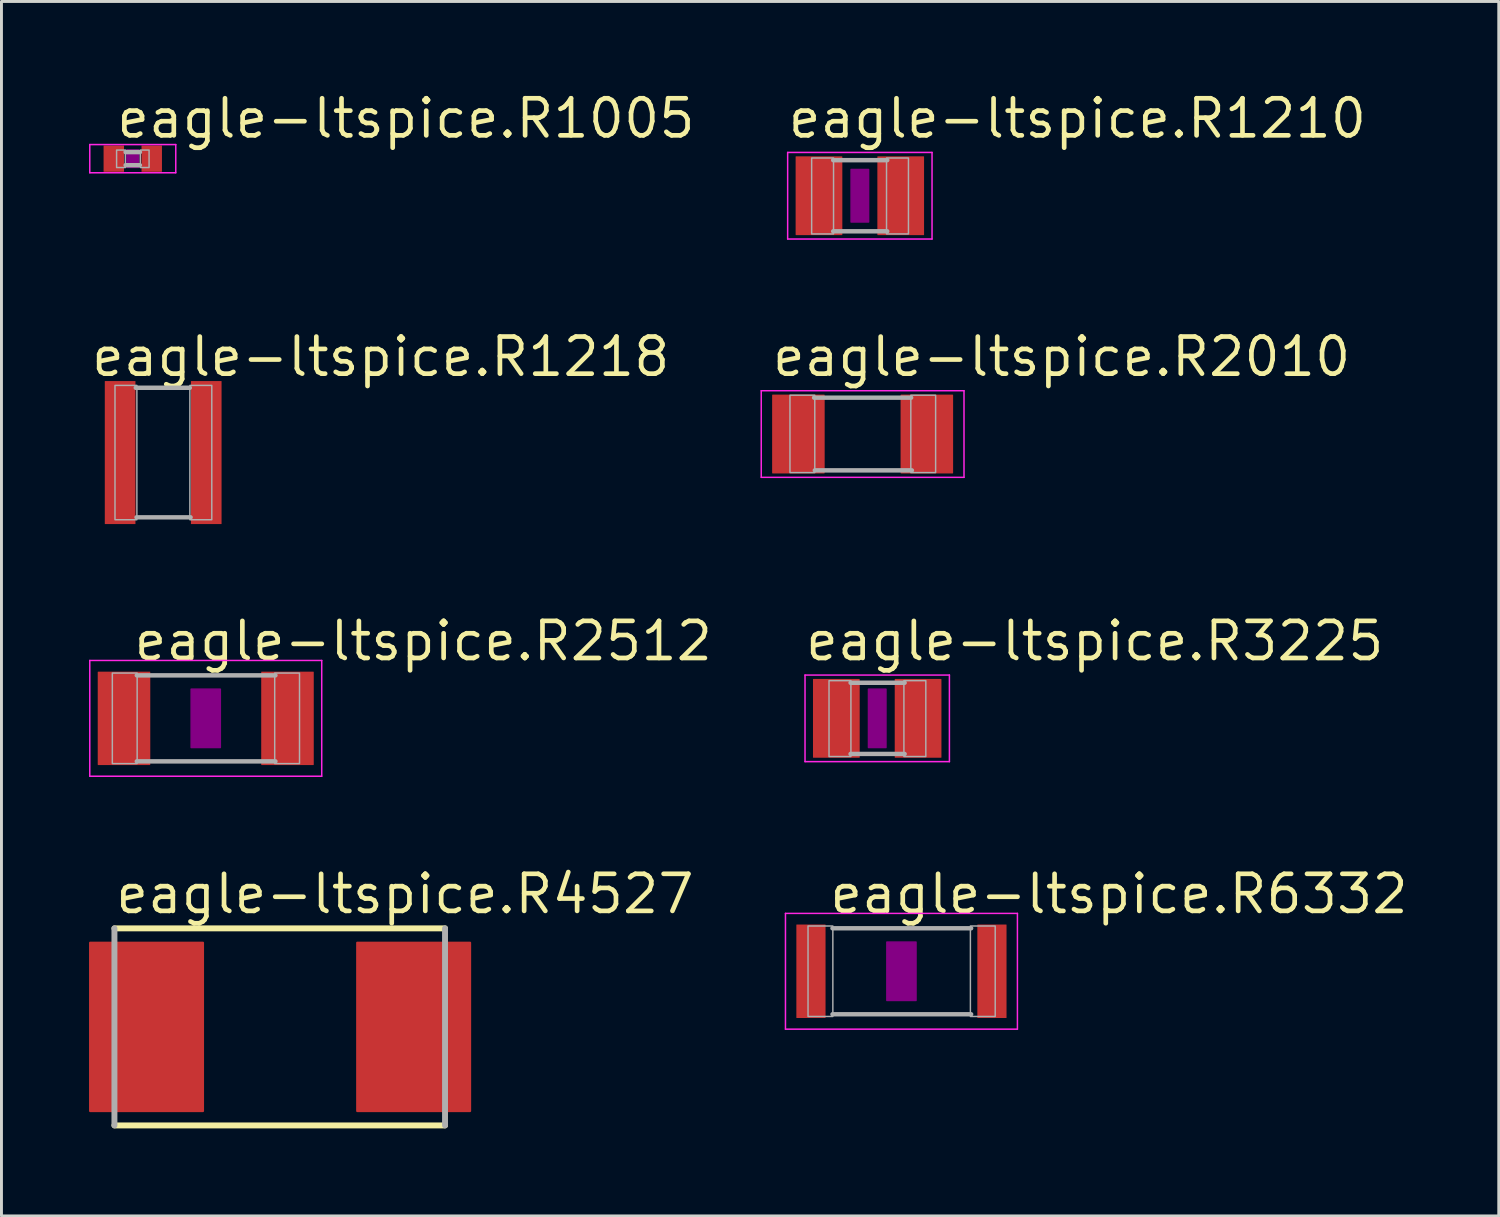
<source format=kicad_pcb>
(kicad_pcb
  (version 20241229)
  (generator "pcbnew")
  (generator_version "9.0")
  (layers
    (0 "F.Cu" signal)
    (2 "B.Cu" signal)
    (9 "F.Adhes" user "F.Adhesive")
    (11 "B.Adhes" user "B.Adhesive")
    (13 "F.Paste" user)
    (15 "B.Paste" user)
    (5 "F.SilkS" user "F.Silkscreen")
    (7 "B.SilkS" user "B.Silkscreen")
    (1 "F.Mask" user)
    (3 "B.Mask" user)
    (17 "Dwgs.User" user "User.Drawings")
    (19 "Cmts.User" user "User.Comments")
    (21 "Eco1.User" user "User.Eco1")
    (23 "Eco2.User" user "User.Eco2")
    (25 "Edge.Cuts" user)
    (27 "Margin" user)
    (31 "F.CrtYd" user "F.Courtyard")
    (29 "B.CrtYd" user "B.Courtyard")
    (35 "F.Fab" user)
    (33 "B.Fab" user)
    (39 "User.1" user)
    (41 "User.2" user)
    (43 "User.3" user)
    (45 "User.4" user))
  (footprint "eagle-ltspice.R6332"
    (layer "F.Cu")
    (at 27.83 30.222)
    (property "Reference" "eagle-ltspice.R6332" (at -2.54 -1.905 0) (layer "F.SilkS") (effects (font (size 1.27 1.27) (thickness 0.16)) (justify left bottom)))
    (attr smd)
    (fp_rect (start -0.5 1) (end 0.5 -1) (stroke (width 0.05) (type default)) (fill yes) (layer "F.Adhes"))
    (fp_line (start -3.973 -1.983) (end 3.973 -1.983) (stroke (width 0.051) (type default)) (layer "F.CrtYd"))
    (fp_line (start -3.973 1.983) (end -3.973 -1.983) (stroke (width 0.051) (type default)) (layer "F.CrtYd"))
    (fp_line (start 3.973 -1.983) (end 3.973 1.983) (stroke (width 0.051) (type default)) (layer "F.CrtYd"))
    (fp_line (start 3.973 1.983) (end -3.973 1.983) (stroke (width 0.051) (type default)) (layer "F.CrtYd"))
    (fp_line (start -2.362 -1.473) (end 2.387 -1.473) (stroke (width 0.152) (type default)) (layer "F.Fab"))
    (fp_line (start -2.362 1.473) (end 2.387 1.473) (stroke (width 0.152) (type default)) (layer "F.Fab"))
    (fp_rect (start -3.2 1.549) (end -2.35 -1.551) (stroke (width 0.05) (type default)) (fill no) (layer "F.Fab"))
    (fp_rect (start 2.362 1.549) (end 3.212 -1.551) (stroke (width 0.05) (type default)) (fill no) (layer "F.Fab"))
    (pad "1" smd roundrect (at -3.1 0) (size 1 3.2) (layers "F.Cu" "F.Mask" "F.Paste") (roundrect_rratio 0.01))
    (pad "2" smd roundrect (at 3.1 0) (size 1 3.2) (layers "F.Cu" "F.Mask" "F.Paste") (roundrect_rratio 0.01)))
  (footprint "eagle-ltspice.R2512"
    (layer "F.Cu")
    (at 3.998 21.558)
    (property "Reference" "eagle-ltspice.R2512" (at -2.54 -1.905 0) (layer "F.SilkS") (effects (font (size 1.27 1.27) (thickness 0.16)) (justify left bottom)))
    (attr smd)
    (fp_rect (start -0.5 1) (end 0.5 -1) (stroke (width 0.05) (type default)) (fill yes) (layer "F.Adhes"))
    (fp_line (start -3.973 -1.983) (end 3.973 -1.983) (stroke (width 0.051) (type default)) (layer "F.CrtYd"))
    (fp_line (start -3.973 1.983) (end -3.973 -1.983) (stroke (width 0.051) (type default)) (layer "F.CrtYd"))
    (fp_line (start 3.973 -1.983) (end 3.973 1.983) (stroke (width 0.051) (type default)) (layer "F.CrtYd"))
    (fp_line (start 3.973 1.983) (end -3.973 1.983) (stroke (width 0.051) (type default)) (layer "F.CrtYd"))
    (fp_line (start -2.362 -1.473) (end 2.387 -1.473) (stroke (width 0.152) (type default)) (layer "F.Fab"))
    (fp_line (start -2.362 1.473) (end 2.387 1.473) (stroke (width 0.152) (type default)) (layer "F.Fab"))
    (fp_rect (start -3.2 1.549) (end -2.35 -1.551) (stroke (width 0.05) (type default)) (fill no) (layer "F.Fab"))
    (fp_rect (start 2.362 1.549) (end 3.212 -1.551) (stroke (width 0.05) (type default)) (fill no) (layer "F.Fab"))
    (pad "1" smd roundrect (at -2.8 0) (size 1.8 3.2) (layers "F.Cu" "F.Mask" "F.Paste") (roundrect_rratio 0.01))
    (pad "2" smd roundrect (at 2.8 0) (size 1.8 3.2) (layers "F.Cu" "F.Mask" "F.Paste") (roundrect_rratio 0.01)))
  (footprint "eagle-ltspice.R4527"
    (layer "F.Cu")
    (at 6.545 32.127)
    (property "Reference" "eagle-ltspice.R4527" (at -5.715 -3.81 0) (layer "F.SilkS") (effects (font (size 1.27 1.27) (thickness 0.16)) (justify left bottom)))
    (attr smd)
    (fp_line (start -5.675 3.375) (end 5.65 3.375) (stroke (width 0.203) (type default)) (layer "F.SilkS"))
    (fp_line (start 5.65 -3.375) (end -5.675 -3.375) (stroke (width 0.203) (type default)) (layer "F.SilkS"))
    (fp_line (start -5.675 -3.375) (end -5.675 3.375) (stroke (width 0.203) (type default)) (layer "F.Fab"))
    (fp_line (start 5.65 3.375) (end 5.65 -3.375) (stroke (width 0.203) (type default)) (layer "F.Fab"))
    (pad "1" smd roundrect (at -4.575 0) (size 3.94 5.84) (layers "F.Cu" "F.Mask" "F.Paste") (roundrect_rratio 0.01))
    (pad "2" smd roundrect (at 4.575 0) (size 3.94 5.84) (layers "F.Cu" "F.Mask" "F.Paste") (roundrect_rratio 0.01)))
  (footprint "eagle-ltspice.R1005"
    (layer "F.Cu")
    (at 1.498 2.385)
    (property "Reference" "eagle-ltspice.R1005" (at -0.635 -0.635 0) (layer "F.SilkS") (effects (font (size 1.27 1.27) (thickness 0.16)) (justify left bottom)))
    (attr smd)
    (fp_rect (start -0.2 0.3) (end 0.2 -0.3) (stroke (width 0.05) (type default)) (fill yes) (layer "F.Adhes"))
    (fp_line (start -1.473 -0.483) (end 1.473 -0.483) (stroke (width 0.051) (type default)) (layer "F.CrtYd"))
    (fp_line (start -1.473 0.483) (end -1.473 -0.483) (stroke (width 0.051) (type default)) (layer "F.CrtYd"))
    (fp_line (start 1.473 -0.483) (end 1.473 0.483) (stroke (width 0.051) (type default)) (layer "F.CrtYd"))
    (fp_line (start 1.473 0.483) (end -1.473 0.483) (stroke (width 0.051) (type default)) (layer "F.CrtYd"))
    (fp_line (start -0.245 -0.224) (end 0.245 -0.224) (stroke (width 0.152) (type default)) (layer "F.Fab"))
    (fp_line (start 0.245 0.224) (end -0.245 0.224) (stroke (width 0.152) (type default)) (layer "F.Fab"))
    (fp_rect (start -0.554 0.305) (end -0.254 -0.295) (stroke (width 0.05) (type default)) (fill no) (layer "F.Fab"))
    (fp_rect (start 0.259 0.305) (end 0.559 -0.295) (stroke (width 0.05) (type default)) (fill no) (layer "F.Fab"))
    (pad "1" smd roundrect (at -0.65 0) (size 0.7 0.9) (layers "F.Cu" "F.Mask" "F.Paste") (roundrect_rratio 0.01))
    (pad "2" smd roundrect (at 0.65 0) (size 0.7 0.9) (layers "F.Cu" "F.Mask" "F.Paste") (roundrect_rratio 0.01)))
  (footprint "eagle-ltspice.R1210"
    (layer "F.Cu")
    (at 26.405 3.655)
    (property "Reference" "eagle-ltspice.R1210" (at -2.54 -1.905 0) (layer "F.SilkS") (effects (font (size 1.27 1.27) (thickness 0.16)) (justify left bottom)))
    (attr smd)
    (fp_rect (start -0.3 0.9) (end 0.3 -0.9) (stroke (width 0.05) (type default)) (fill yes) (layer "F.Adhes"))
    (fp_line (start -2.473 -1.483) (end 2.473 -1.483) (stroke (width 0.051) (type default)) (layer "F.CrtYd"))
    (fp_line (start -2.473 1.483) (end -2.473 -1.483) (stroke (width 0.051) (type default)) (layer "F.CrtYd"))
    (fp_line (start 2.473 -1.483) (end 2.473 1.483) (stroke (width 0.051) (type default)) (layer "F.CrtYd"))
    (fp_line (start 2.473 1.483) (end -2.473 1.483) (stroke (width 0.051) (type default)) (layer "F.CrtYd"))
    (fp_line (start -0.913 -1.219) (end 0.939 -1.219) (stroke (width 0.152) (type default)) (layer "F.Fab"))
    (fp_line (start -0.913 1.219) (end 0.939 1.219) (stroke (width 0.152) (type default)) (layer "F.Fab"))
    (fp_rect (start -1.651 1.308) (end -0.901 -1.292) (stroke (width 0.05) (type default)) (fill no) (layer "F.Fab"))
    (fp_rect (start 0.914 1.308) (end 1.665 -1.292) (stroke (width 0.05) (type default)) (fill no) (layer "F.Fab"))
    (pad "1" smd roundrect (at -1.4 0) (size 1.6 2.7) (layers "F.Cu" "F.Mask" "F.Paste") (roundrect_rratio 0.01))
    (pad "2" smd roundrect (at 1.4 0) (size 1.6 2.7) (layers "F.Cu" "F.Mask" "F.Paste") (roundrect_rratio 0.01)))
  (footprint "eagle-ltspice.R2010"
    (layer "F.Cu")
    (at 26.5 11.818)
    (property "Reference" "eagle-ltspice.R2010" (at -3.175 -1.905 0) (layer "F.SilkS") (effects (font (size 1.27 1.27) (thickness 0.16)) (justify left bottom)))
    (attr smd)
    (fp_line (start -3.473 -1.483) (end 3.473 -1.483) (stroke (width 0.051) (type default)) (layer "F.CrtYd"))
    (fp_line (start -3.473 1.483) (end -3.473 -1.483) (stroke (width 0.051) (type default)) (layer "F.CrtYd"))
    (fp_line (start 3.473 -1.483) (end 3.473 1.483) (stroke (width 0.051) (type default)) (layer "F.CrtYd"))
    (fp_line (start 3.473 1.483) (end -3.473 1.483) (stroke (width 0.051) (type default)) (layer "F.CrtYd"))
    (fp_line (start -1.662 -1.245) (end 1.662 -1.245) (stroke (width 0.152) (type default)) (layer "F.Fab"))
    (fp_line (start -1.637 1.245) (end 1.687 1.245) (stroke (width 0.152) (type default)) (layer "F.Fab"))
    (fp_rect (start -2.489 1.321) (end -1.639 -1.329) (stroke (width 0.05) (type default)) (fill no) (layer "F.Fab"))
    (fp_rect (start 1.651 1.321) (end 2.501 -1.329) (stroke (width 0.05) (type default)) (fill no) (layer "F.Fab"))
    (pad "1" smd roundrect (at -2.2 0) (size 1.8 2.7) (layers "F.Cu" "F.Mask" "F.Paste") (roundrect_rratio 0.01))
    (pad "2" smd roundrect (at 2.2 0) (size 1.8 2.7) (layers "F.Cu" "F.Mask" "F.Paste") (roundrect_rratio 0.01)))
  (footprint "eagle-ltspice.R3225"
    (layer "F.Cu")
    (at 27 21.558)
    (property "Reference" "eagle-ltspice.R3225" (at -2.54 -1.905 0) (layer "F.SilkS") (effects (font (size 1.27 1.27) (thickness 0.16)) (justify left bottom)))
    (attr smd)
    (fp_rect (start -0.3 1) (end 0.3 -1) (stroke (width 0.05) (type default)) (fill yes) (layer "F.Adhes"))
    (fp_line (start -2.473 -1.483) (end 2.473 -1.483) (stroke (width 0.051) (type default)) (layer "F.CrtYd"))
    (fp_line (start -2.473 1.483) (end -2.473 -1.483) (stroke (width 0.051) (type default)) (layer "F.CrtYd"))
    (fp_line (start 2.473 -1.483) (end 2.473 1.483) (stroke (width 0.051) (type default)) (layer "F.CrtYd"))
    (fp_line (start 2.473 1.483) (end -2.473 1.483) (stroke (width 0.051) (type default)) (layer "F.CrtYd"))
    (fp_line (start -0.913 -1.219) (end 0.939 -1.219) (stroke (width 0.152) (type default)) (layer "F.Fab"))
    (fp_line (start -0.913 1.219) (end 0.939 1.219) (stroke (width 0.152) (type default)) (layer "F.Fab"))
    (fp_rect (start -1.651 1.308) (end -0.901 -1.292) (stroke (width 0.05) (type default)) (fill no) (layer "F.Fab"))
    (fp_rect (start 0.914 1.308) (end 1.665 -1.292) (stroke (width 0.05) (type default)) (fill no) (layer "F.Fab"))
    (pad "1" smd roundrect (at -1.4 0) (size 1.6 2.7) (layers "F.Cu" "F.Mask" "F.Paste") (roundrect_rratio 0.01))
    (pad "2" smd roundrect (at 1.4 0) (size 1.6 2.7) (layers "F.Cu" "F.Mask" "F.Paste") (roundrect_rratio 0.01)))
  (footprint "eagle-ltspice.R1218"
    (layer "F.Cu")
    (at 2.54 12.453)
    (property "Reference" "eagle-ltspice.R1218" (at -2.54 -2.54 0) (layer "F.SilkS") (effects (font (size 1.27 1.27) (thickness 0.16)) (justify left bottom)))
    (attr smd)
    (fp_line (start -0.913 2.219) (end 0.939 2.219) (stroke (width 0.152) (type default)) (layer "F.Fab"))
    (fp_line (start 0.913 -2.219) (end -0.939 -2.219) (stroke (width 0.152) (type default)) (layer "F.Fab"))
    (fp_rect (start -1.651 2.3) (end -0.901 -2.3) (stroke (width 0.05) (type default)) (fill no) (layer "F.Fab"))
    (fp_rect (start 0.914 2.3) (end 1.665 -2.3) (stroke (width 0.05) (type default)) (fill no) (layer "F.Fab"))
    (pad "1" smd roundrect (at -1.475 0) (size 1.05 4.9) (layers "F.Cu" "F.Mask" "F.Paste") (roundrect_rratio 0.01))
    (pad "2" smd roundrect (at 1.475 0) (size 1.05 4.9) (layers "F.Cu" "F.Mask" "F.Paste") (roundrect_rratio 0.01)))
  (gr_rect
    (start -3 -3)
    (end 48.292 38.603)
    (stroke (width 0.1) (type default))
    (fill no)
    (layer "Edge.Cuts")))
</source>
